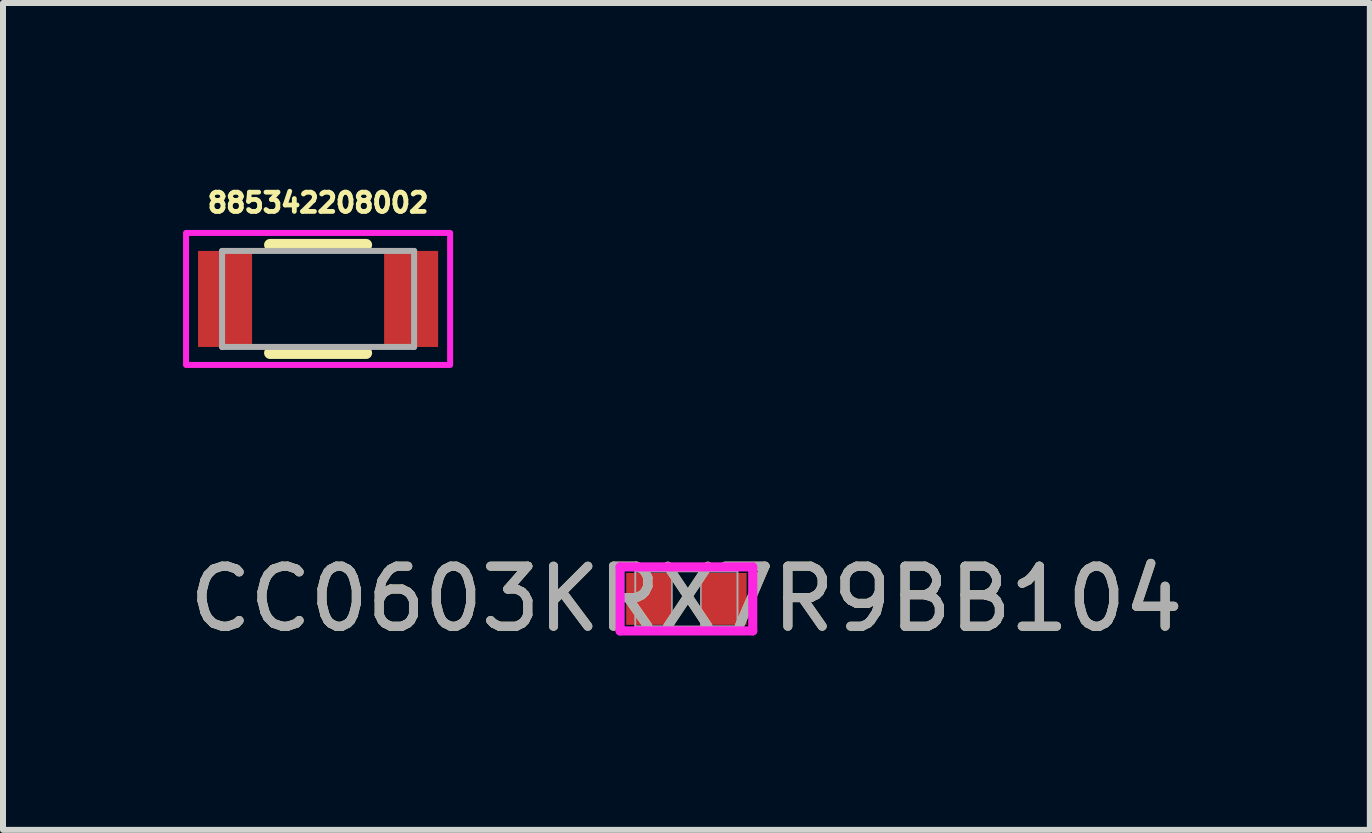
<source format=kicad_pcb>
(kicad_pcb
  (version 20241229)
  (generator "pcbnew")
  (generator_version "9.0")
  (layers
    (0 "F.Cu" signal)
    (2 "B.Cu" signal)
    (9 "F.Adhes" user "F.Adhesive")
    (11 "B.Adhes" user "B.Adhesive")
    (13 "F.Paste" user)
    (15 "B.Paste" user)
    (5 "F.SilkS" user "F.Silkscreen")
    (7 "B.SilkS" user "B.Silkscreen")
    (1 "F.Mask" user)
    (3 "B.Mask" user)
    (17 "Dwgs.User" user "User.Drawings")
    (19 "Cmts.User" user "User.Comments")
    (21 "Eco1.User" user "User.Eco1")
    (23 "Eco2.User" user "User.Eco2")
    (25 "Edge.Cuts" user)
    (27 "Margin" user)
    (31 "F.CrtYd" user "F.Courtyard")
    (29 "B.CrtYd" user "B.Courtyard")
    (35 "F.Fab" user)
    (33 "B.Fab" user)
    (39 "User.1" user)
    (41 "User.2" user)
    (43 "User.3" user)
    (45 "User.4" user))
  (footprint "CC0603KRX7R9BB104"
    (layer "F.Cu")
    (at 8.387 6.929)
    (property "Reference" "CC0603KRX7R9BB104" (at 0 0 0) (unlocked yes) (layer "F.SilkS") (effects (font (size 1 1) (thickness 0.15))))
    (attr smd)
    (fp_line (start -1.105 -0.533) (end 1.105 -0.533) (stroke (width 0.152) (type solid)) (layer "F.CrtYd"))
    (fp_line (start -1.105 0.533) (end -1.105 -0.533) (stroke (width 0.152) (type solid)) (layer "F.CrtYd"))
    (fp_line (start 1.105 -0.533) (end 1.105 0.533) (stroke (width 0.152) (type solid)) (layer "F.CrtYd"))
    (fp_line (start 1.105 0.533) (end -1.105 0.533) (stroke (width 0.152) (type solid)) (layer "F.CrtYd"))
    (fp_line (start -0.851 -0.457) (end -0.851 0.457) (stroke (width 0.025) (type solid)) (layer "F.Fab"))
    (fp_line (start -0.851 -0.457) (end -0.851 0.457) (stroke (width 0.025) (type solid)) (layer "F.Fab"))
    (fp_line (start -0.851 0.457) (end -0.241 0.457) (stroke (width 0.025) (type solid)) (layer "F.Fab"))
    (fp_line (start -0.851 0.457) (end 0.851 0.457) (stroke (width 0.025) (type solid)) (layer "F.Fab"))
    (fp_line (start -0.241 -0.457) (end -0.851 -0.457) (stroke (width 0.025) (type solid)) (layer "F.Fab"))
    (fp_line (start -0.241 0.457) (end -0.241 -0.457) (stroke (width 0.025) (type solid)) (layer "F.Fab"))
    (fp_line (start 0.241 -0.457) (end 0.241 0.457) (stroke (width 0.025) (type solid)) (layer "F.Fab"))
    (fp_line (start 0.241 0.457) (end 0.851 0.457) (stroke (width 0.025) (type solid)) (layer "F.Fab"))
    (fp_line (start 0.851 -0.457) (end -0.851 -0.457) (stroke (width 0.025) (type solid)) (layer "F.Fab"))
    (fp_line (start 0.851 -0.457) (end 0.241 -0.457) (stroke (width 0.025) (type solid)) (layer "F.Fab"))
    (fp_line (start 0.851 0.457) (end 0.851 -0.457) (stroke (width 0.025) (type solid)) (layer "F.Fab"))
    (fp_line (start 0.851 0.457) (end 0.851 -0.457) (stroke (width 0.025) (type solid)) (layer "F.Fab"))
    (fp_text user "${REFERENCE}" (at 0 0 0) (unlocked yes) (layer "F.Fab") (effects (font (size 1 1) (thickness 0.15))))
    (pad "1" smd rect (at -0.622 0) (size 0.762 0.864) (layers "F.Cu" "F.Mask" "F.Paste"))
    (pad "2" smd rect (at 0.622 0) (size 0.762 0.864) (layers "F.Cu" "F.Mask" "F.Paste"))
    (zone (net_name "") (layer "F.Cu") (hatch full 0.508) (connect_pads) (min_thickness 0.254) (filled_areas_thickness no) (keepout (tracks not_allowed) (vias not_allowed) (pads allowed) (copperpour not_allowed) (footprints allowed)) (placement (enabled no)) (fill) (polygon (pts (xy 8.196 6.523) (xy 8.577 6.523) (xy 8.577 7.335) (xy 8.196 7.335)))))
  (footprint "885342208002"
    (layer "F.Cu")
    (at 2.25 1.931)
    (property "Reference" "885342208002" (at 0 -1.603 0) (layer "F.SilkS") (effects (font (size 0.32 0.32) (thickness 0.08))))
    (attr smd)
    (fp_line (start -0.8 -0.9) (end 0.8 -0.9) (stroke (width 0.2) (type solid)) (layer "F.SilkS"))
    (fp_line (start 0.8 0.9) (end -0.8 0.9) (stroke (width 0.2) (type solid)) (layer "F.SilkS"))
    (fp_poly (pts (xy -2.2 -1.1) (xy 2.2 -1.1) (xy 2.2 1.1) (xy -2.2 1.1)) (stroke (width 0.1) (type solid)) (fill no) (layer "F.CrtYd"))
    (fp_line (start -1.6 -0.8) (end -1.6 0.8) (stroke (width 0.1) (type solid)) (layer "F.Fab"))
    (fp_line (start -1.6 -0.8) (end 1.6 -0.8) (stroke (width 0.1) (type solid)) (layer "F.Fab"))
    (fp_line (start -1.6 0.8) (end 1.6 0.8) (stroke (width 0.1) (type solid)) (layer "F.Fab"))
    (fp_line (start 1.6 0.8) (end 1.6 -0.8) (stroke (width 0.1) (type solid)) (layer "F.Fab"))
    (pad "1" smd rect (at -1.55 0) (size 0.9 1.6) (layers "F.Cu" "F.Mask" "F.Paste"))
    (pad "2" smd rect (at 1.55 0) (size 0.9 1.6) (layers "F.Cu" "F.Mask" "F.Paste")))
  (gr_rect
    (start -3 -3)
    (end 19.774 10.777)
    (stroke (width 0.1) (type default))
    (fill no)
    (layer "Edge.Cuts")))
</source>
